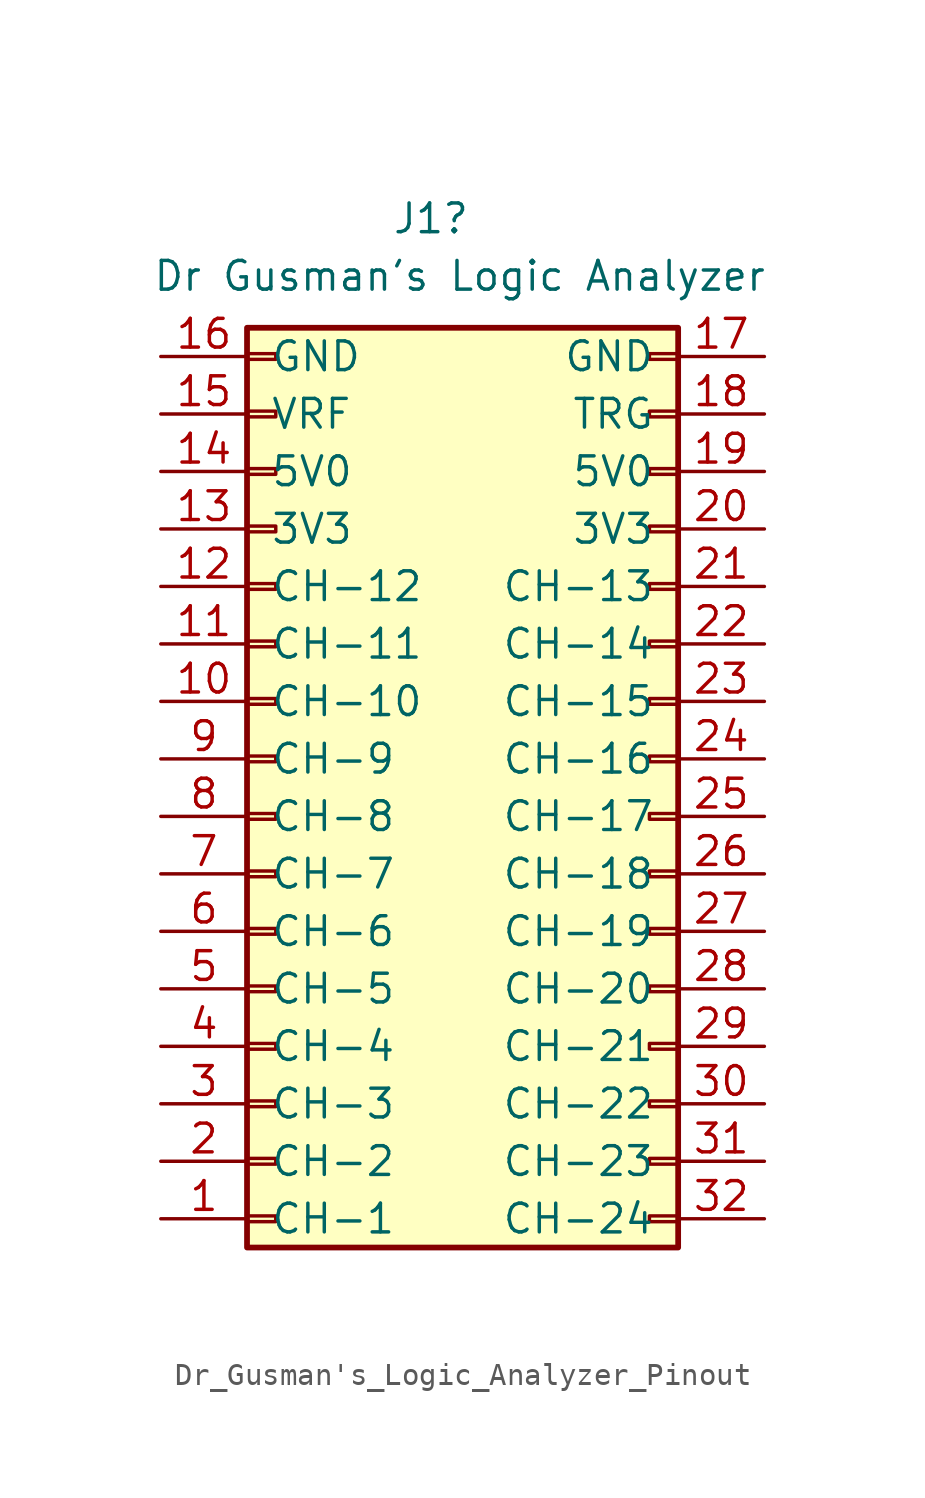
<source format=kicad_sym>
(kicad_symbol_lib
  (version 20241209)
  (generator "kicad_symbol_editor")
  (generator_version "9.0")
  (symbol "Dr_Gusman's_Logic_Analyzer_Pinout"
    (pin_names
      (offset 1.016))
    (property "Reference" "J1"
      (at 6.858 23.876 0)
      (effects (font (size 1.27 1.27))))
    (property "Value" "Dr Gusman's Logic Analyzer"
      (at 8.128 21.336 0)
      (effects (font (size 1.27 1.27))))
    (symbol "Dr_Gusman's_Logic_Analyzer_Pinout_1_1"
      (rectangle (start -1.27 19.05) (end 17.78 -21.59) (stroke (width 0.254) (type default)) (fill (type background)))
      (rectangle (start -1.27 17.907) (end 0 17.653) (stroke (width 0.152) (type default)) (fill (type none)))
      (rectangle (start -1.27 15.367) (end 0 15.113) (stroke (width 0.152) (type default)) (fill (type none)))
      (rectangle (start -1.27 12.827) (end 0 12.573) (stroke (width 0.152) (type default)) (fill (type none)))
      (rectangle (start -1.27 10.287) (end 0 10.033) (stroke (width 0.152) (type default)) (fill (type none)))
      (rectangle (start -1.27 7.747) (end 0 7.493) (stroke (width 0.152) (type default)) (fill (type none)))
      (rectangle (start -1.27 5.207) (end 0 4.953) (stroke (width 0.152) (type default)) (fill (type none)))
      (rectangle (start -1.27 2.667) (end 0 2.413) (stroke (width 0.152) (type default)) (fill (type none)))
      (rectangle (start -1.27 0.127) (end 0 -0.127) (stroke (width 0.152) (type default)) (fill (type none)))
      (rectangle (start -1.27 -2.413) (end 0 -2.667) (stroke (width 0.152) (type default)) (fill (type none)))
      (rectangle (start -1.27 -4.953) (end 0 -5.207) (stroke (width 0.152) (type default)) (fill (type none)))
      (rectangle (start -1.27 -7.493) (end 0 -7.747) (stroke (width 0.152) (type default)) (fill (type none)))
      (rectangle (start -1.27 -10.033) (end 0 -10.287) (stroke (width 0.152) (type default)) (fill (type none)))
      (rectangle (start -1.27 -12.573) (end 0 -12.827) (stroke (width 0.152) (type default)) (fill (type none)))
      (rectangle (start -1.27 -15.113) (end 0 -15.367) (stroke (width 0.152) (type default)) (fill (type none)))
      (rectangle (start -1.27 -17.653) (end 0 -17.907) (stroke (width 0.152) (type default)) (fill (type none)))
      (rectangle (start -1.27 -20.193) (end 0 -20.447) (stroke (width 0.152) (type default)) (fill (type none)))
      (rectangle (start 16.51 17.907) (end 17.78 17.653) (stroke (width 0.152) (type default)) (fill (type none)))
      (rectangle (start 16.51 15.367) (end 17.78 15.113) (stroke (width 0.152) (type default)) (fill (type none)))
      (rectangle (start 16.51 12.827) (end 17.78 12.573) (stroke (width 0.152) (type default)) (fill (type none)))
      (rectangle (start 16.51 10.287) (end 17.78 10.033) (stroke (width 0.152) (type default)) (fill (type none)))
      (rectangle (start 16.51 7.747) (end 17.78 7.493) (stroke (width 0.152) (type default)) (fill (type none)))
      (rectangle (start 16.51 5.207) (end 17.78 4.953) (stroke (width 0.152) (type default)) (fill (type none)))
      (rectangle (start 16.51 2.667) (end 17.78 2.413) (stroke (width 0.152) (type default)) (fill (type none)))
      (rectangle (start 16.51 0.127) (end 17.78 -0.127) (stroke (width 0.152) (type default)) (fill (type none)))
      (rectangle (start 16.51 -2.413) (end 17.78 -2.667) (stroke (width 0.152) (type default)) (fill (type none)))
      (rectangle (start 16.51 -4.953) (end 17.78 -5.207) (stroke (width 0.152) (type default)) (fill (type none)))
      (rectangle (start 16.51 -7.493) (end 17.78 -7.747) (stroke (width 0.152) (type default)) (fill (type none)))
      (rectangle (start 16.51 -10.033) (end 17.78 -10.287) (stroke (width 0.152) (type default)) (fill (type none)))
      (rectangle (start 16.51 -12.573) (end 17.78 -12.827) (stroke (width 0.152) (type default)) (fill (type none)))
      (rectangle (start 16.51 -15.113) (end 17.78 -15.367) (stroke (width 0.152) (type default)) (fill (type none)))
      (rectangle (start 16.51 -17.653) (end 17.78 -17.907) (stroke (width 0.152) (type default)) (fill (type none)))
      (rectangle (start 16.51 -20.193) (end 17.78 -20.447) (stroke (width 0.152) (type default)) (fill (type none)))
      (pin passive line (at -5.08 17.78 0) (length 3.81) (name "GND" (effects (font (size 1.27 1.27)))) (number "16" (effects (font (size 1.27 1.27)))))
      (pin passive line (at -5.08 15.24 0) (length 3.81) (name "VRF" (effects (font (size 1.27 1.27)))) (number "15" (effects (font (size 1.27 1.27)))))
      (pin passive line (at -5.08 12.7 0) (length 3.81) (name "5V0" (effects (font (size 1.27 1.27)))) (number "14" (effects (font (size 1.27 1.27)))))
      (pin passive line (at -5.08 10.16 0) (length 3.81) (name "3V3" (effects (font (size 1.27 1.27)))) (number "13" (effects (font (size 1.27 1.27)))))
      (pin passive line (at -5.08 7.62 0) (length 3.81) (name "CH-12" (effects (font (size 1.27 1.27)))) (number "12" (effects (font (size 1.27 1.27)))))
      (pin passive line (at -5.08 5.08 0) (length 3.81) (name "CH-11" (effects (font (size 1.27 1.27)))) (number "11" (effects (font (size 1.27 1.27)))))
      (pin passive line (at -5.08 2.54 0) (length 3.81) (name "CH-10" (effects (font (size 1.27 1.27)))) (number "10" (effects (font (size 1.27 1.27)))))
      (pin passive line (at -5.08 0 0) (length 3.81) (name "CH-9" (effects (font (size 1.27 1.27)))) (number "9" (effects (font (size 1.27 1.27)))))
      (pin passive line (at -5.08 -2.54 0) (length 3.81) (name "CH-8" (effects (font (size 1.27 1.27)))) (number "8" (effects (font (size 1.27 1.27)))))
      (pin passive line (at -5.08 -5.08 0) (length 3.81) (name "CH-7" (effects (font (size 1.27 1.27)))) (number "7" (effects (font (size 1.27 1.27)))))
      (pin passive line (at -5.08 -7.62 0) (length 3.81) (name "CH-6" (effects (font (size 1.27 1.27)))) (number "6" (effects (font (size 1.27 1.27)))))
      (pin passive line (at -5.08 -10.16 0) (length 3.81) (name "CH-5" (effects (font (size 1.27 1.27)))) (number "5" (effects (font (size 1.27 1.27)))))
      (pin passive line (at -5.08 -12.7 0) (length 3.81) (name "CH-4" (effects (font (size 1.27 1.27)))) (number "4" (effects (font (size 1.27 1.27)))))
      (pin passive line (at -5.08 -15.24 0) (length 3.81) (name "CH-3" (effects (font (size 1.27 1.27)))) (number "3" (effects (font (size 1.27 1.27)))))
      (pin passive line (at -5.08 -17.78 0) (length 3.81) (name "CH-2" (effects (font (size 1.27 1.27)))) (number "2" (effects (font (size 1.27 1.27)))))
      (pin passive line (at -5.08 -20.32 0) (length 3.81) (name "CH-1" (effects (font (size 1.27 1.27)))) (number "1" (effects (font (size 1.27 1.27)))))
      (pin passive line (at 21.59 17.78 180) (length 3.81) (name "GND" (effects (font (size 1.27 1.27)))) (number "17" (effects (font (size 1.27 1.27)))))
      (pin passive line (at 21.59 15.24 180) (length 3.81) (name "TRG" (effects (font (size 1.27 1.27)))) (number "18" (effects (font (size 1.27 1.27)))))
      (pin passive line (at 21.59 12.7 180) (length 3.81) (name "5V0" (effects (font (size 1.27 1.27)))) (number "19" (effects (font (size 1.27 1.27)))))
      (pin passive line (at 21.59 10.16 180) (length 3.81) (name "3V3" (effects (font (size 1.27 1.27)))) (number "20" (effects (font (size 1.27 1.27)))))
      (pin passive line (at 21.59 7.62 180) (length 3.81) (name "CH-13" (effects (font (size 1.27 1.27)))) (number "21" (effects (font (size 1.27 1.27)))))
      (pin passive line (at 21.59 5.08 180) (length 3.81) (name "CH-14" (effects (font (size 1.27 1.27)))) (number "22" (effects (font (size 1.27 1.27)))))
      (pin passive line (at 21.59 2.54 180) (length 3.81) (name "CH-15" (effects (font (size 1.27 1.27)))) (number "23" (effects (font (size 1.27 1.27)))))
      (pin passive line (at 21.59 0 180) (length 3.81) (name "CH-16" (effects (font (size 1.27 1.27)))) (number "24" (effects (font (size 1.27 1.27)))))
      (pin passive line (at 21.59 -2.54 180) (length 3.81) (name "CH-17" (effects (font (size 1.27 1.27)))) (number "25" (effects (font (size 1.27 1.27)))))
      (pin passive line (at 21.59 -5.08 180) (length 3.81) (name "CH-18" (effects (font (size 1.27 1.27)))) (number "26" (effects (font (size 1.27 1.27)))))
      (pin passive line (at 21.59 -7.62 180) (length 3.81) (name "CH-19" (effects (font (size 1.27 1.27)))) (number "27" (effects (font (size 1.27 1.27)))))
      (pin passive line (at 21.59 -10.16 180) (length 3.81) (name "CH-20" (effects (font (size 1.27 1.27)))) (number "28" (effects (font (size 1.27 1.27)))))
      (pin passive line (at 21.59 -12.7 180) (length 3.81) (name "CH-21" (effects (font (size 1.27 1.27)))) (number "29" (effects (font (size 1.27 1.27)))))
      (pin passive line (at 21.59 -15.24 180) (length 3.81) (name "CH-22" (effects (font (size 1.27 1.27)))) (number "30" (effects (font (size 1.27 1.27)))))
      (pin passive line (at 21.59 -17.78 180) (length 3.81) (name "CH-23" (effects (font (size 1.27 1.27)))) (number "31" (effects (font (size 1.27 1.27)))))
      (pin passive line (at 21.59 -20.32 180) (length 3.81) (name "CH-24" (effects (font (size 1.27 1.27)))) (number "32" (effects (font (size 1.27 1.27))))))))
</source>
